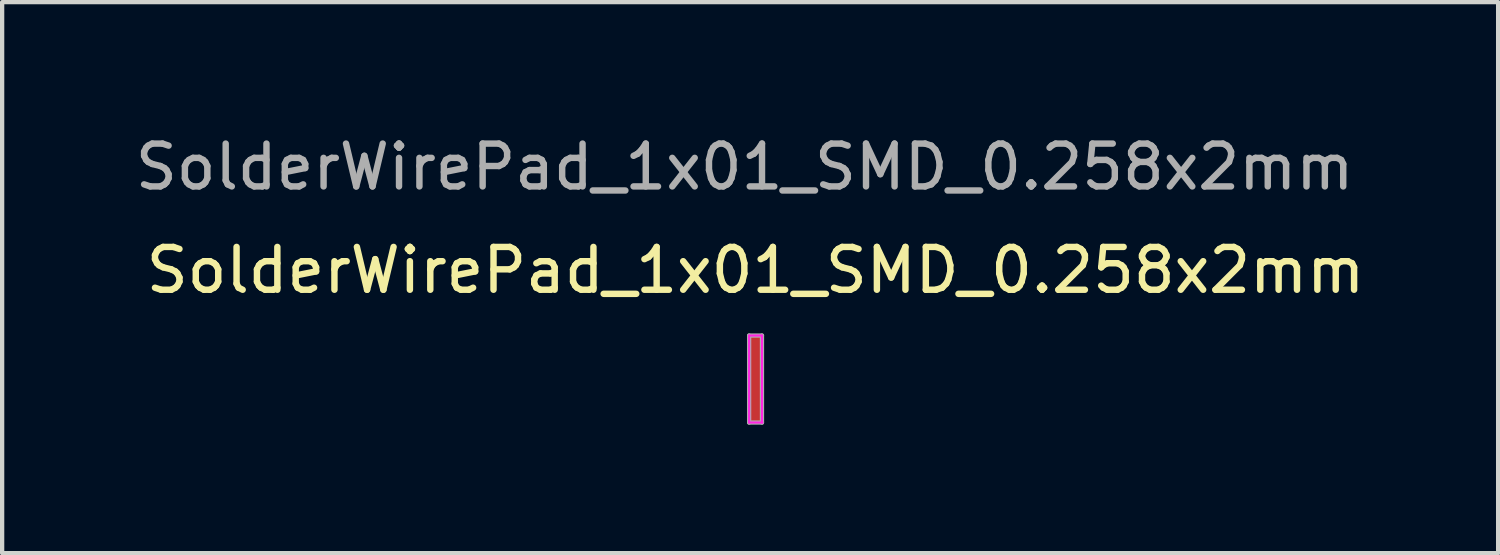
<source format=kicad_pcb>
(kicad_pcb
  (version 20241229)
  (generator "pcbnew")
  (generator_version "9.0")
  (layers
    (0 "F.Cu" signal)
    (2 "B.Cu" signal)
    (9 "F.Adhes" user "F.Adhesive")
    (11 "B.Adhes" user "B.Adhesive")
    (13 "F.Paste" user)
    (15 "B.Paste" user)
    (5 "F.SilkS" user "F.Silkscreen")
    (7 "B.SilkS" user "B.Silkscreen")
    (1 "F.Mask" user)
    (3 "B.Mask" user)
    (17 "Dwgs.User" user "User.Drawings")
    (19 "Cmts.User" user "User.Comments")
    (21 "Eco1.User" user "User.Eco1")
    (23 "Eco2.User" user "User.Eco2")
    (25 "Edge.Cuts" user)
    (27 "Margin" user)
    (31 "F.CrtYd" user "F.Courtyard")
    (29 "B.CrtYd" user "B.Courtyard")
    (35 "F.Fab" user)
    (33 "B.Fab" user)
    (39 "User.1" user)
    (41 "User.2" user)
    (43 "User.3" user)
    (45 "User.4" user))
  (footprint "SolderWirePad_1x01_SMD_0.258x2mm"
    (layer "F.Cu")
    (at 14.593 5.801)
    (property "Reference" "SolderWirePad_1x01_SMD_0.258x2mm" (at 0 -2.54 0) (layer "F.SilkS") (effects (font (size 1 1) (thickness 0.15))))
    (attr exclude_from_pos_files exclude_from_bom)
    (fp_line (start -0.15 -1.016) (end -0.15 1.016) (stroke (width 0.05) (type solid)) (layer "F.CrtYd"))
    (fp_line (start -0.15 1.016) (end 0.16 1.016) (stroke (width 0.05) (type solid)) (layer "F.CrtYd"))
    (fp_line (start 0.15 -1.016) (end -0.15 -1.016) (stroke (width 0.05) (type solid)) (layer "F.CrtYd"))
    (fp_line (start 0.15 1.016) (end 0.15 -1.016) (stroke (width 0.05) (type solid)) (layer "F.CrtYd"))
    (fp_line (start -0.15 -1.016) (end 0.15 -1.016) (stroke (width 0.1) (type solid)) (layer "F.Fab"))
    (fp_line (start -0.15 1.016) (end -0.15 -1.016) (stroke (width 0.1) (type solid)) (layer "F.Fab"))
    (fp_line (start 0.15 -1.016) (end 0.15 1.016) (stroke (width 0.1) (type solid)) (layer "F.Fab"))
    (fp_line (start 0.15 1.016) (end -0.15 1.016) (stroke (width 0.1) (type solid)) (layer "F.Fab"))
    (fp_text user "${REFERENCE}" (at -0.254 -4.953 0) (layer "F.Fab") (effects (font (size 1 1) (thickness 0.15))))
    (pad "1" smd rect (at 0 0) (size 0.258 2) (layers "F.Cu" "F.Mask" "F.Paste")))
  (gr_rect
    (start -3 -3)
    (end 31.933 9.867)
    (stroke (width 0.1) (type default))
    (fill no)
    (layer "Edge.Cuts")))
</source>
